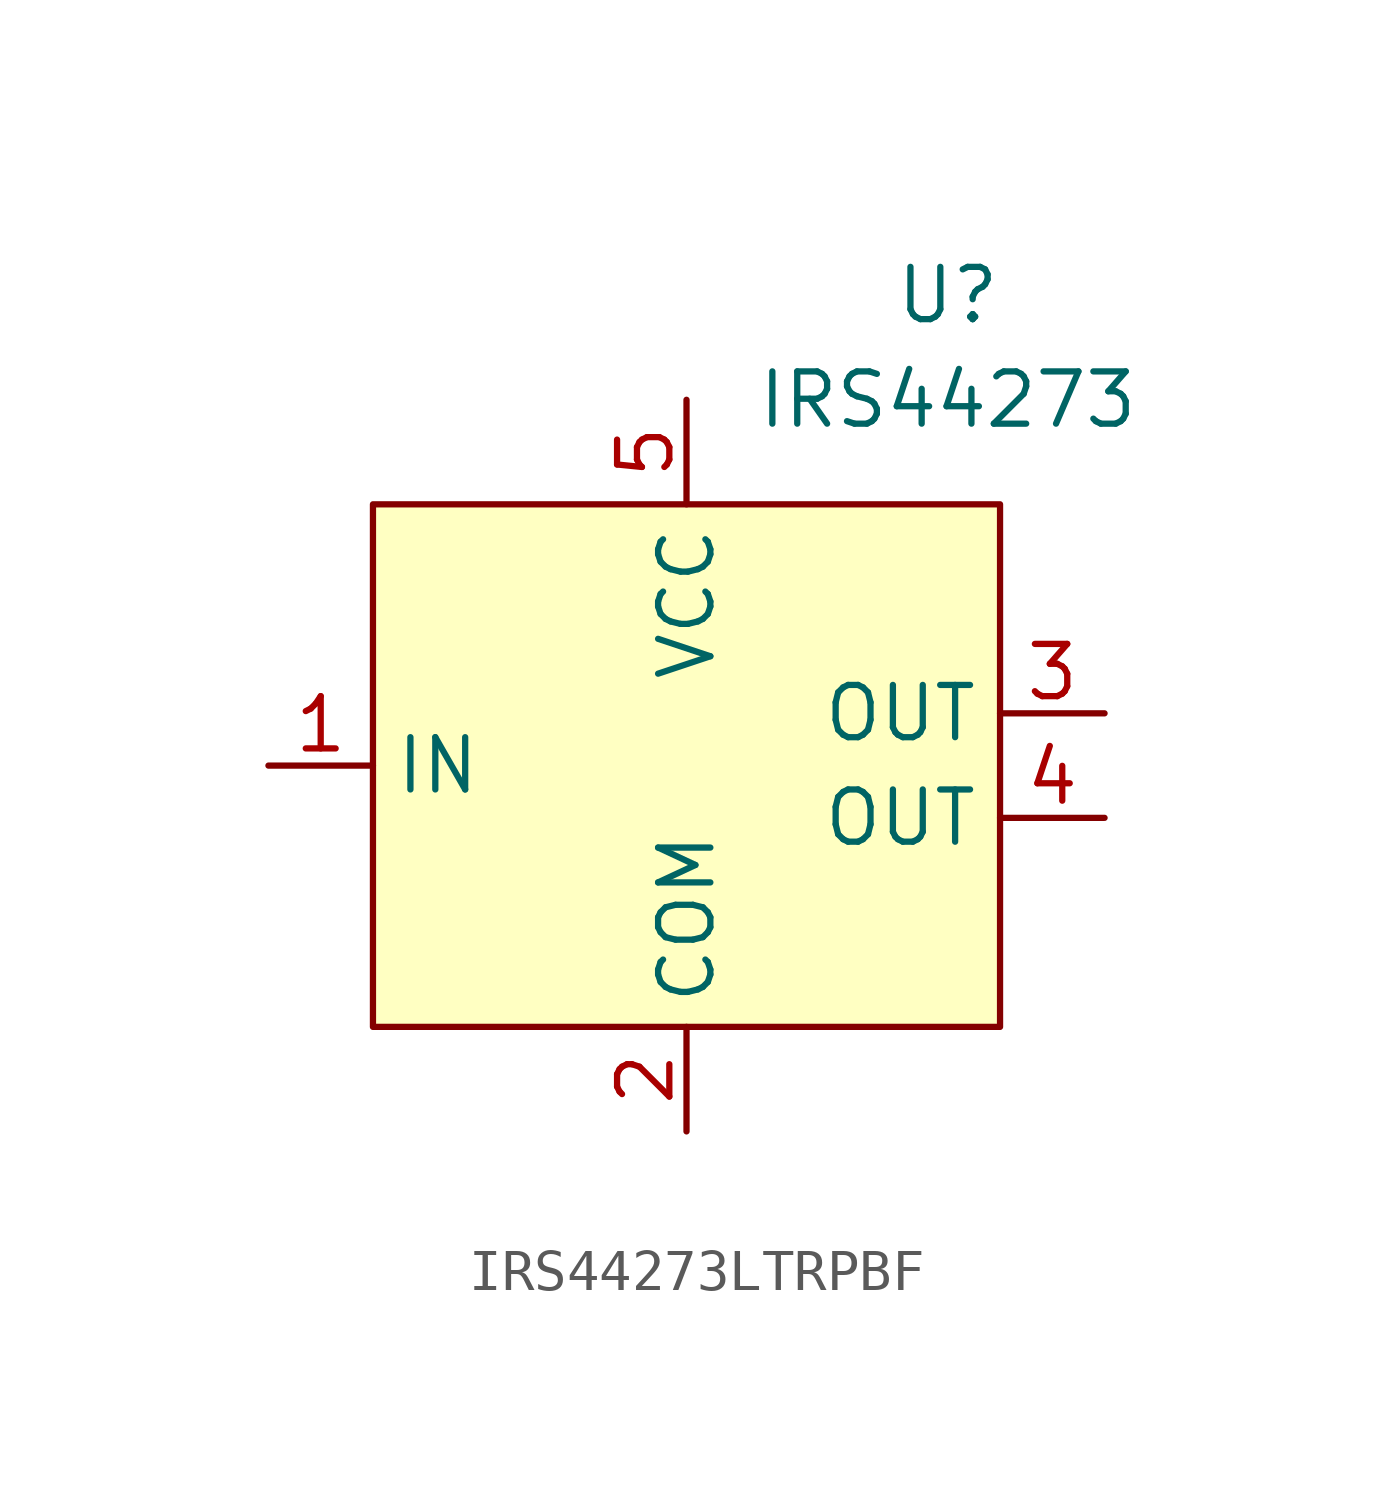
<source format=kicad_sym>
(kicad_symbol_lib
  (version 20220914)
  (generator kicad_symbol_editor)
  (symbol "IRS44273LTRPBF"
    (property "Reference" "U"
      (at 6.35 11.43 0)
      (effects (font (size 1.27 1.27))))
    (property "Value" "IRS44273"
      (at 6.35 8.89 0)
      (effects (font (size 1.27 1.27))))
    (symbol "IRS44273LTRPBF_1_1"
      (rectangle (start -7.62 6.35) (end 7.62 -6.35) (stroke (width 0) (type default)) (fill (type background)))
      (pin input line (at -10.16 0 0) (length 2.54) (name "IN" (effects (font (size 1.27 1.27)))) (number "1" (effects (font (size 1.27 1.27)))))
      (pin power_in line (at 0 -8.89 90) (length 2.54) (name "COM" (effects (font (size 1.27 1.27)))) (number "2" (effects (font (size 1.27 1.27)))))
      (pin output line (at 10.16 1.27 180) (length 2.54) (name "OUT" (effects (font (size 1.27 1.27)))) (number "3" (effects (font (size 1.27 1.27)))))
      (pin output line (at 10.16 -1.27 180) (length 2.54) (name "OUT" (effects (font (size 1.27 1.27)))) (number "4" (effects (font (size 1.27 1.27)))))
      (pin power_in line (at 0 8.89 270) (length 2.54) (name "VCC" (effects (font (size 1.27 1.27)))) (number "5" (effects (font (size 1.27 1.27))))))))
</source>
